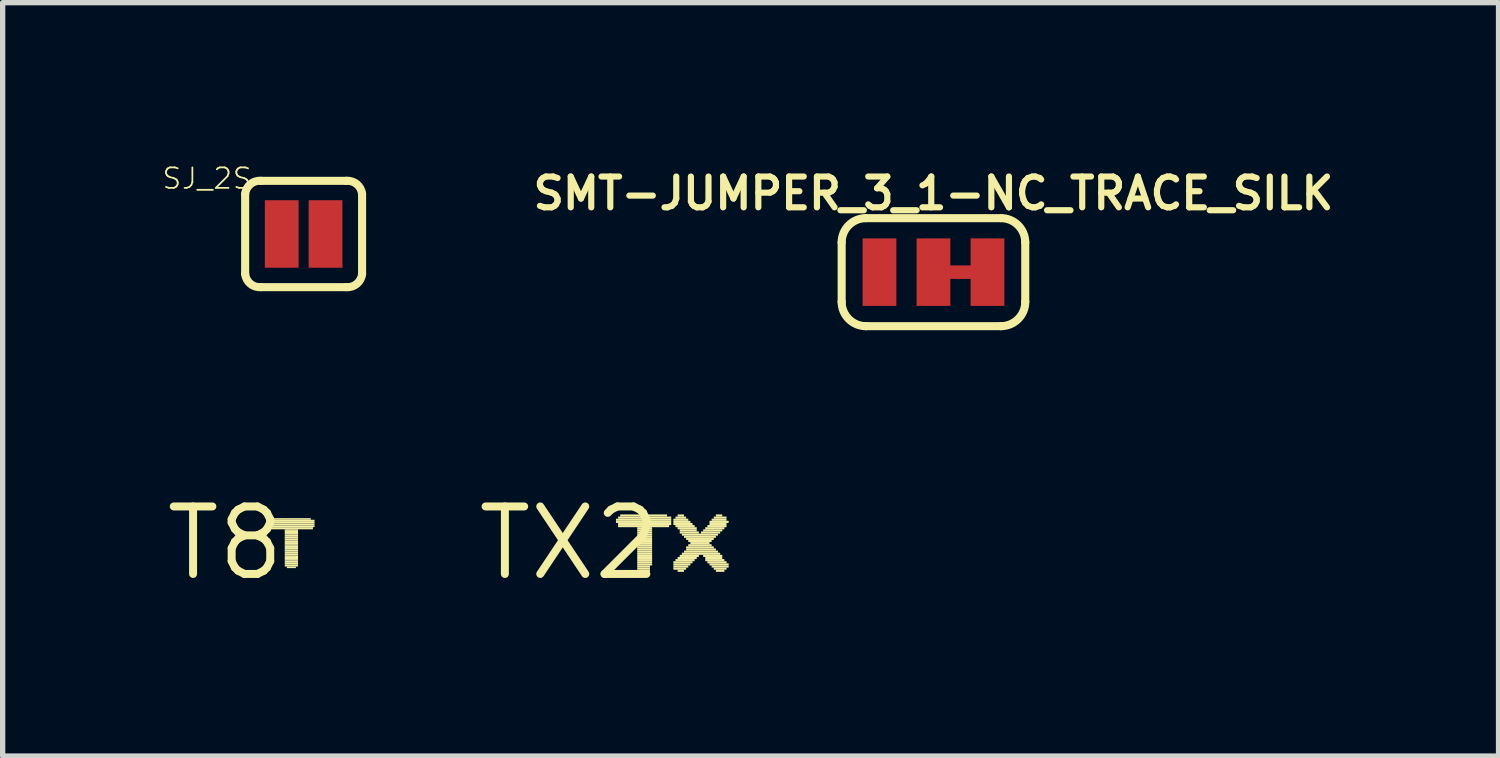
<source format=kicad_pcb>
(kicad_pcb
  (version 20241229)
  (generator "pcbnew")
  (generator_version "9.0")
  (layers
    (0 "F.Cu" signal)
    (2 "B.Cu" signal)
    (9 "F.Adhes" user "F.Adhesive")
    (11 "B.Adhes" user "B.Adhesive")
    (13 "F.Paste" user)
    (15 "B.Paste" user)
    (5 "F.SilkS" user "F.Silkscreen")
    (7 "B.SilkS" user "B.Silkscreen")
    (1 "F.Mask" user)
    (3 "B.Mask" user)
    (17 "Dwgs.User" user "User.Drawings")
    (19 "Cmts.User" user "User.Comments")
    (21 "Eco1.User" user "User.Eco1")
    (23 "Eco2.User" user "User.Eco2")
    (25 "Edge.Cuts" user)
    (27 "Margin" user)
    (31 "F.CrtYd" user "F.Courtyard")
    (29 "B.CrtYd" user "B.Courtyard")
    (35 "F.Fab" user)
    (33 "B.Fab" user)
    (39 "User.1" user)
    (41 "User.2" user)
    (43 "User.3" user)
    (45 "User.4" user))
  (footprint "TX2"
    (layer "F.Cu")
    (at 7.658 7.168)
    (property "Reference" "TX2" (at 0 0 0) (layer "F.SilkS") (effects (font (size 1.27 1.27) (thickness 0.15))))
    (attr through_hole)
    (fp_poly (pts (xy 0.88 -0.42) (xy 1.92 -0.42) (xy 1.92 -0.46) (xy 0.88 -0.46)) (stroke (width 0) (type solid)) (fill yes) (layer "F.SilkS"))
    (fp_poly (pts (xy 0.88 -0.38) (xy 1.92 -0.38) (xy 1.92 -0.42) (xy 0.88 -0.42)) (stroke (width 0) (type solid)) (fill yes) (layer "F.SilkS"))
    (fp_poly (pts (xy 0.92 -0.46) (xy 1.92 -0.46) (xy 1.92 -0.5) (xy 0.92 -0.5)) (stroke (width 0) (type solid)) (fill yes) (layer "F.SilkS"))
    (fp_poly (pts (xy 0.92 -0.34) (xy 1.92 -0.34) (xy 1.92 -0.38) (xy 0.92 -0.38)) (stroke (width 0) (type solid)) (fill yes) (layer "F.SilkS"))
    (fp_poly (pts (xy 0.92 -0.3) (xy 1.88 -0.3) (xy 1.88 -0.34) (xy 0.92 -0.34)) (stroke (width 0) (type solid)) (fill yes) (layer "F.SilkS"))
    (fp_poly (pts (xy 0.96 -0.5) (xy 1.84 -0.5) (xy 1.84 -0.54) (xy 0.96 -0.54)) (stroke (width 0) (type solid)) (fill yes) (layer "F.SilkS"))
    (fp_poly (pts (xy 1.28 -0.26) (xy 1.56 -0.26) (xy 1.56 -0.3) (xy 1.28 -0.3)) (stroke (width 0) (type solid)) (fill yes) (layer "F.SilkS"))
    (fp_poly (pts (xy 1.28 -0.22) (xy 1.56 -0.22) (xy 1.56 -0.26) (xy 1.28 -0.26)) (stroke (width 0) (type solid)) (fill yes) (layer "F.SilkS"))
    (fp_poly (pts (xy 1.28 -0.18) (xy 1.56 -0.18) (xy 1.56 -0.22) (xy 1.28 -0.22)) (stroke (width 0) (type solid)) (fill yes) (layer "F.SilkS"))
    (fp_poly (pts (xy 1.28 -0.14) (xy 1.56 -0.14) (xy 1.56 -0.18) (xy 1.28 -0.18)) (stroke (width 0) (type solid)) (fill yes) (layer "F.SilkS"))
    (fp_poly (pts (xy 1.28 -0.1) (xy 1.56 -0.1) (xy 1.56 -0.14) (xy 1.28 -0.14)) (stroke (width 0) (type solid)) (fill yes) (layer "F.SilkS"))
    (fp_poly (pts (xy 1.28 -0.06) (xy 1.56 -0.06) (xy 1.56 -0.1) (xy 1.28 -0.1)) (stroke (width 0) (type solid)) (fill yes) (layer "F.SilkS"))
    (fp_poly (pts (xy 1.28 -0.02) (xy 1.56 -0.02) (xy 1.56 -0.06) (xy 1.28 -0.06)) (stroke (width 0) (type solid)) (fill yes) (layer "F.SilkS"))
    (fp_poly (pts (xy 1.28 0.02) (xy 1.56 0.02) (xy 1.56 -0.02) (xy 1.28 -0.02)) (stroke (width 0) (type solid)) (fill yes) (layer "F.SilkS"))
    (fp_poly (pts (xy 1.28 0.06) (xy 1.56 0.06) (xy 1.56 0.02) (xy 1.28 0.02)) (stroke (width 0) (type solid)) (fill yes) (layer "F.SilkS"))
    (fp_poly (pts (xy 1.28 0.1) (xy 1.56 0.1) (xy 1.56 0.06) (xy 1.28 0.06)) (stroke (width 0) (type solid)) (fill yes) (layer "F.SilkS"))
    (fp_poly (pts (xy 1.28 0.14) (xy 1.56 0.14) (xy 1.56 0.1) (xy 1.28 0.1)) (stroke (width 0) (type solid)) (fill yes) (layer "F.SilkS"))
    (fp_poly (pts (xy 1.28 0.18) (xy 1.56 0.18) (xy 1.56 0.14) (xy 1.28 0.14)) (stroke (width 0) (type solid)) (fill yes) (layer "F.SilkS"))
    (fp_poly (pts (xy 1.28 0.22) (xy 1.56 0.22) (xy 1.56 0.18) (xy 1.28 0.18)) (stroke (width 0) (type solid)) (fill yes) (layer "F.SilkS"))
    (fp_poly (pts (xy 1.28 0.26) (xy 1.56 0.26) (xy 1.56 0.22) (xy 1.28 0.22)) (stroke (width 0) (type solid)) (fill yes) (layer "F.SilkS"))
    (fp_poly (pts (xy 1.28 0.3) (xy 1.56 0.3) (xy 1.56 0.26) (xy 1.28 0.26)) (stroke (width 0) (type solid)) (fill yes) (layer "F.SilkS"))
    (fp_poly (pts (xy 1.28 0.34) (xy 1.56 0.34) (xy 1.56 0.3) (xy 1.28 0.3)) (stroke (width 0) (type solid)) (fill yes) (layer "F.SilkS"))
    (fp_poly (pts (xy 1.28 0.38) (xy 1.56 0.38) (xy 1.56 0.34) (xy 1.28 0.34)) (stroke (width 0) (type solid)) (fill yes) (layer "F.SilkS"))
    (fp_poly (pts (xy 1.28 0.42) (xy 1.56 0.42) (xy 1.56 0.38) (xy 1.28 0.38)) (stroke (width 0) (type solid)) (fill yes) (layer "F.SilkS"))
    (fp_poly (pts (xy 1.28 0.46) (xy 1.52 0.46) (xy 1.52 0.42) (xy 1.28 0.42)) (stroke (width 0) (type solid)) (fill yes) (layer "F.SilkS"))
    (fp_poly (pts (xy 1.28 0.5) (xy 1.52 0.5) (xy 1.52 0.46) (xy 1.28 0.46)) (stroke (width 0) (type solid)) (fill yes) (layer "F.SilkS"))
    (fp_poly (pts (xy 1.32 0.54) (xy 1.52 0.54) (xy 1.52 0.5) (xy 1.32 0.5)) (stroke (width 0) (type solid)) (fill yes) (layer "F.SilkS"))
    (fp_poly (pts (xy 1.96 -0.42) (xy 2.24 -0.42) (xy 2.24 -0.46) (xy 1.96 -0.46)) (stroke (width 0) (type solid)) (fill yes) (layer "F.SilkS"))
    (fp_poly (pts (xy 1.96 -0.38) (xy 2.28 -0.38) (xy 2.28 -0.42) (xy 1.96 -0.42)) (stroke (width 0) (type solid)) (fill yes) (layer "F.SilkS"))
    (fp_poly (pts (xy 1.96 -0.34) (xy 2.32 -0.34) (xy 2.32 -0.38) (xy 1.96 -0.38)) (stroke (width 0) (type solid)) (fill yes) (layer "F.SilkS"))
    (fp_poly (pts (xy 1.96 0.38) (xy 2.32 0.38) (xy 2.32 0.34) (xy 1.96 0.34)) (stroke (width 0) (type solid)) (fill yes) (layer "F.SilkS"))
    (fp_poly (pts (xy 1.96 0.42) (xy 2.28 0.42) (xy 2.28 0.38) (xy 1.96 0.38)) (stroke (width 0) (type solid)) (fill yes) (layer "F.SilkS"))
    (fp_poly (pts (xy 1.96 0.46) (xy 2.24 0.46) (xy 2.24 0.42) (xy 1.96 0.42)) (stroke (width 0) (type solid)) (fill yes) (layer "F.SilkS"))
    (fp_poly (pts (xy 1.96 0.5) (xy 2.2 0.5) (xy 2.2 0.46) (xy 1.96 0.46)) (stroke (width 0) (type solid)) (fill yes) (layer "F.SilkS"))
    (fp_poly (pts (xy 2 -0.46) (xy 2.2 -0.46) (xy 2.2 -0.5) (xy 2 -0.5)) (stroke (width 0) (type solid)) (fill yes) (layer "F.SilkS"))
    (fp_poly (pts (xy 2 -0.3) (xy 2.36 -0.3) (xy 2.36 -0.34) (xy 2 -0.34)) (stroke (width 0) (type solid)) (fill yes) (layer "F.SilkS"))
    (fp_poly (pts (xy 2 0.34) (xy 2.36 0.34) (xy 2.36 0.3) (xy 2 0.3)) (stroke (width 0) (type solid)) (fill yes) (layer "F.SilkS"))
    (fp_poly (pts (xy 2.04 -0.5) (xy 2.16 -0.5) (xy 2.16 -0.54) (xy 2.04 -0.54)) (stroke (width 0) (type solid)) (fill yes) (layer "F.SilkS"))
    (fp_poly (pts (xy 2.04 -0.26) (xy 2.4 -0.26) (xy 2.4 -0.3) (xy 2.04 -0.3)) (stroke (width 0) (type solid)) (fill yes) (layer "F.SilkS"))
    (fp_poly (pts (xy 2.04 0.3) (xy 2.4 0.3) (xy 2.4 0.26) (xy 2.04 0.26)) (stroke (width 0) (type solid)) (fill yes) (layer "F.SilkS"))
    (fp_poly (pts (xy 2.04 0.54) (xy 2.16 0.54) (xy 2.16 0.5) (xy 2.04 0.5)) (stroke (width 0) (type solid)) (fill yes) (layer "F.SilkS"))
    (fp_poly (pts (xy 2.08 -0.22) (xy 2.4 -0.22) (xy 2.4 -0.26) (xy 2.08 -0.26)) (stroke (width 0) (type solid)) (fill yes) (layer "F.SilkS"))
    (fp_poly (pts (xy 2.08 -0.18) (xy 2.44 -0.18) (xy 2.44 -0.22) (xy 2.08 -0.22)) (stroke (width 0) (type solid)) (fill yes) (layer "F.SilkS"))
    (fp_poly (pts (xy 2.08 0.26) (xy 2.44 0.26) (xy 2.44 0.22) (xy 2.08 0.22)) (stroke (width 0) (type solid)) (fill yes) (layer "F.SilkS"))
    (fp_poly (pts (xy 2.12 -0.14) (xy 2.8 -0.14) (xy 2.8 -0.18) (xy 2.12 -0.18)) (stroke (width 0) (type solid)) (fill yes) (layer "F.SilkS"))
    (fp_poly (pts (xy 2.12 0.22) (xy 2.84 0.22) (xy 2.84 0.18) (xy 2.12 0.18)) (stroke (width 0) (type solid)) (fill yes) (layer "F.SilkS"))
    (fp_poly (pts (xy 2.16 -0.1) (xy 2.76 -0.1) (xy 2.76 -0.14) (xy 2.16 -0.14)) (stroke (width 0) (type solid)) (fill yes) (layer "F.SilkS"))
    (fp_poly (pts (xy 2.16 0.18) (xy 2.8 0.18) (xy 2.8 0.14) (xy 2.16 0.14)) (stroke (width 0) (type solid)) (fill yes) (layer "F.SilkS"))
    (fp_poly (pts (xy 2.2 -0.06) (xy 2.72 -0.06) (xy 2.72 -0.1) (xy 2.2 -0.1)) (stroke (width 0) (type solid)) (fill yes) (layer "F.SilkS"))
    (fp_poly (pts (xy 2.2 0.1) (xy 2.72 0.1) (xy 2.72 0.06) (xy 2.2 0.06)) (stroke (width 0) (type solid)) (fill yes) (layer "F.SilkS"))
    (fp_poly (pts (xy 2.2 0.14) (xy 2.76 0.14) (xy 2.76 0.1) (xy 2.2 0.1)) (stroke (width 0) (type solid)) (fill yes) (layer "F.SilkS"))
    (fp_poly (pts (xy 2.24 -0.02) (xy 2.68 -0.02) (xy 2.68 -0.06) (xy 2.24 -0.06)) (stroke (width 0) (type solid)) (fill yes) (layer "F.SilkS"))
    (fp_poly (pts (xy 2.24 0.06) (xy 2.68 0.06) (xy 2.68 0.02) (xy 2.24 0.02)) (stroke (width 0) (type solid)) (fill yes) (layer "F.SilkS"))
    (fp_poly (pts (xy 2.28 0.02) (xy 2.64 0.02) (xy 2.64 -0.02) (xy 2.28 -0.02)) (stroke (width 0) (type solid)) (fill yes) (layer "F.SilkS"))
    (fp_poly (pts (xy 2.48 -0.18) (xy 2.84 -0.18) (xy 2.84 -0.22) (xy 2.48 -0.22)) (stroke (width 0) (type solid)) (fill yes) (layer "F.SilkS"))
    (fp_poly (pts (xy 2.52 -0.22) (xy 2.88 -0.22) (xy 2.88 -0.26) (xy 2.52 -0.26)) (stroke (width 0) (type solid)) (fill yes) (layer "F.SilkS"))
    (fp_poly (pts (xy 2.52 0.26) (xy 2.88 0.26) (xy 2.88 0.22) (xy 2.52 0.22)) (stroke (width 0) (type solid)) (fill yes) (layer "F.SilkS"))
    (fp_poly (pts (xy 2.56 -0.26) (xy 2.92 -0.26) (xy 2.92 -0.3) (xy 2.56 -0.3)) (stroke (width 0) (type solid)) (fill yes) (layer "F.SilkS"))
    (fp_poly (pts (xy 2.56 0.3) (xy 2.88 0.3) (xy 2.88 0.26) (xy 2.56 0.26)) (stroke (width 0) (type solid)) (fill yes) (layer "F.SilkS"))
    (fp_poly (pts (xy 2.56 0.34) (xy 2.92 0.34) (xy 2.92 0.3) (xy 2.56 0.3)) (stroke (width 0) (type solid)) (fill yes) (layer "F.SilkS"))
    (fp_poly (pts (xy 2.6 -0.3) (xy 2.96 -0.3) (xy 2.96 -0.34) (xy 2.6 -0.34)) (stroke (width 0) (type solid)) (fill yes) (layer "F.SilkS"))
    (fp_poly (pts (xy 2.6 0.38) (xy 2.96 0.38) (xy 2.96 0.34) (xy 2.6 0.34)) (stroke (width 0) (type solid)) (fill yes) (layer "F.SilkS"))
    (fp_poly (pts (xy 2.64 -0.38) (xy 3 -0.38) (xy 3 -0.42) (xy 2.64 -0.42)) (stroke (width 0) (type solid)) (fill yes) (layer "F.SilkS"))
    (fp_poly (pts (xy 2.64 -0.34) (xy 2.96 -0.34) (xy 2.96 -0.38) (xy 2.64 -0.38)) (stroke (width 0) (type solid)) (fill yes) (layer "F.SilkS"))
    (fp_poly (pts (xy 2.64 0.42) (xy 3 0.42) (xy 3 0.38) (xy 2.64 0.38)) (stroke (width 0) (type solid)) (fill yes) (layer "F.SilkS"))
    (fp_poly (pts (xy 2.68 -0.42) (xy 2.96 -0.42) (xy 2.96 -0.46) (xy 2.68 -0.46)) (stroke (width 0) (type solid)) (fill yes) (layer "F.SilkS"))
    (fp_poly (pts (xy 2.68 0.46) (xy 3 0.46) (xy 3 0.42) (xy 2.68 0.42)) (stroke (width 0) (type solid)) (fill yes) (layer "F.SilkS"))
    (fp_poly (pts (xy 2.72 -0.46) (xy 2.96 -0.46) (xy 2.96 -0.5) (xy 2.72 -0.5)) (stroke (width 0) (type solid)) (fill yes) (layer "F.SilkS"))
    (fp_poly (pts (xy 2.72 0.5) (xy 2.96 0.5) (xy 2.96 0.46) (xy 2.72 0.46)) (stroke (width 0) (type solid)) (fill yes) (layer "F.SilkS"))
    (fp_poly (pts (xy 2.76 -0.5) (xy 2.88 -0.5) (xy 2.88 -0.54) (xy 2.76 -0.54)) (stroke (width 0) (type solid)) (fill yes) (layer "F.SilkS"))
    (fp_poly (pts (xy 2.76 0.54) (xy 2.92 0.54) (xy 2.92 0.5) (xy 2.76 0.5)) (stroke (width 0) (type solid)) (fill yes) (layer "F.SilkS")))
  (footprint "T8"
    (layer "F.Cu")
    (at 1.187 7.168)
    (property "Reference" "T8" (at 0 0 0) (layer "F.SilkS") (effects (font (size 1.27 1.27) (thickness 0.15))))
    (attr through_hole)
    (fp_poly (pts (xy 0.81 -0.4) (xy 1.68 -0.4) (xy 1.68 -0.44) (xy 0.81 -0.44)) (stroke (width 0) (type solid)) (fill yes) (layer "F.SilkS"))
    (fp_poly (pts (xy 0.81 -0.37) (xy 1.68 -0.37) (xy 1.68 -0.4) (xy 0.81 -0.4)) (stroke (width 0) (type solid)) (fill yes) (layer "F.SilkS"))
    (fp_poly (pts (xy 0.81 -0.33) (xy 1.68 -0.33) (xy 1.68 -0.37) (xy 0.81 -0.37)) (stroke (width 0) (type solid)) (fill yes) (layer "F.SilkS"))
    (fp_poly (pts (xy 0.81 -0.3) (xy 1.68 -0.3) (xy 1.68 -0.33) (xy 0.81 -0.33)) (stroke (width 0) (type solid)) (fill yes) (layer "F.SilkS"))
    (fp_poly (pts (xy 0.84 -0.26) (xy 1.65 -0.26) (xy 1.65 -0.3) (xy 0.84 -0.3)) (stroke (width 0) (type solid)) (fill yes) (layer "F.SilkS"))
    (fp_poly (pts (xy 0.88 -0.44) (xy 1.61 -0.44) (xy 1.61 -0.47) (xy 0.88 -0.47)) (stroke (width 0) (type solid)) (fill yes) (layer "F.SilkS"))
    (fp_poly (pts (xy 1.12 -0.23) (xy 1.37 -0.23) (xy 1.37 -0.26) (xy 1.12 -0.26)) (stroke (width 0) (type solid)) (fill yes) (layer "F.SilkS"))
    (fp_poly (pts (xy 1.12 -0.19) (xy 1.37 -0.19) (xy 1.37 -0.23) (xy 1.12 -0.23)) (stroke (width 0) (type solid)) (fill yes) (layer "F.SilkS"))
    (fp_poly (pts (xy 1.12 -0.16) (xy 1.37 -0.16) (xy 1.37 -0.19) (xy 1.12 -0.19)) (stroke (width 0) (type solid)) (fill yes) (layer "F.SilkS"))
    (fp_poly (pts (xy 1.12 -0.12) (xy 1.37 -0.12) (xy 1.37 -0.16) (xy 1.12 -0.16)) (stroke (width 0) (type solid)) (fill yes) (layer "F.SilkS"))
    (fp_poly (pts (xy 1.12 -0.09) (xy 1.37 -0.09) (xy 1.37 -0.12) (xy 1.12 -0.12)) (stroke (width 0) (type solid)) (fill yes) (layer "F.SilkS"))
    (fp_poly (pts (xy 1.12 -0.05) (xy 1.37 -0.05) (xy 1.37 -0.09) (xy 1.12 -0.09)) (stroke (width 0) (type solid)) (fill yes) (layer "F.SilkS"))
    (fp_poly (pts (xy 1.12 -0.02) (xy 1.37 -0.02) (xy 1.37 -0.05) (xy 1.12 -0.05)) (stroke (width 0) (type solid)) (fill yes) (layer "F.SilkS"))
    (fp_poly (pts (xy 1.12 0.02) (xy 1.37 0.02) (xy 1.37 -0.02) (xy 1.12 -0.02)) (stroke (width 0) (type solid)) (fill yes) (layer "F.SilkS"))
    (fp_poly (pts (xy 1.12 0.05) (xy 1.37 0.05) (xy 1.37 0.02) (xy 1.12 0.02)) (stroke (width 0) (type solid)) (fill yes) (layer "F.SilkS"))
    (fp_poly (pts (xy 1.12 0.09) (xy 1.37 0.09) (xy 1.37 0.05) (xy 1.12 0.05)) (stroke (width 0) (type solid)) (fill yes) (layer "F.SilkS"))
    (fp_poly (pts (xy 1.12 0.12) (xy 1.37 0.12) (xy 1.37 0.09) (xy 1.12 0.09)) (stroke (width 0) (type solid)) (fill yes) (layer "F.SilkS"))
    (fp_poly (pts (xy 1.12 0.16) (xy 1.37 0.16) (xy 1.37 0.12) (xy 1.12 0.12)) (stroke (width 0) (type solid)) (fill yes) (layer "F.SilkS"))
    (fp_poly (pts (xy 1.12 0.19) (xy 1.37 0.19) (xy 1.37 0.16) (xy 1.12 0.16)) (stroke (width 0) (type solid)) (fill yes) (layer "F.SilkS"))
    (fp_poly (pts (xy 1.12 0.23) (xy 1.37 0.23) (xy 1.37 0.19) (xy 1.12 0.19)) (stroke (width 0) (type solid)) (fill yes) (layer "F.SilkS"))
    (fp_poly (pts (xy 1.12 0.26) (xy 1.37 0.26) (xy 1.37 0.23) (xy 1.12 0.23)) (stroke (width 0) (type solid)) (fill yes) (layer "F.SilkS"))
    (fp_poly (pts (xy 1.12 0.3) (xy 1.37 0.3) (xy 1.37 0.26) (xy 1.12 0.26)) (stroke (width 0) (type solid)) (fill yes) (layer "F.SilkS"))
    (fp_poly (pts (xy 1.12 0.33) (xy 1.37 0.33) (xy 1.37 0.3) (xy 1.12 0.3)) (stroke (width 0) (type solid)) (fill yes) (layer "F.SilkS"))
    (fp_poly (pts (xy 1.12 0.37) (xy 1.37 0.37) (xy 1.37 0.33) (xy 1.12 0.33)) (stroke (width 0) (type solid)) (fill yes) (layer "F.SilkS"))
    (fp_poly (pts (xy 1.12 0.4) (xy 1.37 0.4) (xy 1.37 0.37) (xy 1.12 0.37)) (stroke (width 0) (type solid)) (fill yes) (layer "F.SilkS"))
    (fp_poly (pts (xy 1.12 0.44) (xy 1.37 0.44) (xy 1.37 0.4) (xy 1.12 0.4)) (stroke (width 0) (type solid)) (fill yes) (layer "F.SilkS"))
    (fp_poly (pts (xy 1.16 0.47) (xy 1.33 0.47) (xy 1.33 0.44) (xy 1.16 0.44)) (stroke (width 0) (type solid)) (fill yes) (layer "F.SilkS")))
  (footprint "SMT-JUMPER_3_1-NC_TRACE_SILK"
    (layer "F.Cu")
    (at 14.511 2.07)
    (property "Reference" "SMT-JUMPER_3_1-NC_TRACE_SILK" (at 0 -1.143 0) (layer "F.SilkS") (effects (font (size 0.579 0.579) (thickness 0.116)) (justify bottom)))
    (attr through_hole)
    (fp_line (start 0 0) (end 1.016 0) (stroke (width 0.254) (type solid)) (layer "F.Cu"))
    (fp_poly (pts (xy 0.318 -0.127) (xy 0.699 -0.127) (xy 0.699 0.127) (xy 0.318 0.127)) (stroke (width 0) (type solid)) (fill yes) (layer "F.Mask"))
    (fp_line (start -1.727 0.559) (end -1.727 -0.559) (stroke (width 0.152) (type solid)) (layer "F.SilkS"))
    (fp_line (start -1.27 -1.016) (end 1.27 -1.016) (stroke (width 0.152) (type solid)) (layer "F.SilkS"))
    (fp_line (start 1.27 1.016) (end -1.27 1.016) (stroke (width 0.152) (type solid)) (layer "F.SilkS"))
    (fp_line (start 1.727 0.559) (end 1.727 -0.559) (stroke (width 0.152) (type solid)) (layer "F.SilkS"))
    (fp_arc (start -1.7272 -0.5588) (mid -1.593289 -0.882089) (end -1.27 -1.016) (stroke (width 0.1524) (type solid)) (layer "F.SilkS"))
    (fp_arc (start -1.27 1.016) (mid -1.593289 0.882089) (end -1.7272 0.5588) (stroke (width 0.1524) (type solid)) (layer "F.SilkS"))
    (fp_arc (start 1.27 -1.016) (mid 1.593289 -0.882089) (end 1.7272 -0.5588) (stroke (width 0.1524) (type solid)) (layer "F.SilkS"))
    (fp_arc (start 1.7272 0.5588) (mid 1.593289 0.882089) (end 1.27 1.016) (stroke (width 0.1524) (type solid)) (layer "F.SilkS"))
    (pad "1" smd rect (at -1.016 0) (size 0.635 1.27) (layers "F.Cu" "F.Mask"))
    (pad "2" smd rect (at 0 0) (size 0.635 1.27) (layers "F.Cu" "F.Mask"))
    (pad "3" smd rect (at 1.016 0) (size 0.635 1.27) (layers "F.Cu" "F.Mask")))
  (footprint "SJ_2S"
    (layer "F.Cu")
    (at 2.662 1.352)
    (property "Reference" "SJ_2S" (at -0.95 -1.27 0) (layer "F.SilkS") (effects (font (size 0.386 0.386) (thickness 0.033)) (justify right top)))
    (attr through_hole)
    (fp_line (start -1.1 0.75) (end -1.1 -0.75) (stroke (width 0.152) (type solid)) (layer "F.SilkS"))
    (fp_line (start -0.8 -1) (end 0.8 -1) (stroke (width 0.152) (type solid)) (layer "F.SilkS"))
    (fp_line (start 0.8 1) (end -0.8 1) (stroke (width 0.152) (type solid)) (layer "F.SilkS"))
    (fp_line (start 1.1 0.75) (end 1.1 -0.75) (stroke (width 0.152) (type solid)) (layer "F.SilkS"))
    (fp_arc (start -1.1 -0.75) (mid -1.001777 -0.937132) (end -0.8 -1) (stroke (width 0.1524) (type solid)) (layer "F.SilkS"))
    (fp_arc (start -0.799998 1) (mid -1.001849 0.93722) (end -1.1 0.75) (stroke (width 0.1524) (type solid)) (layer "F.SilkS"))
    (fp_arc (start 0.8 -1) (mid 1.001777 -0.937132) (end 1.1 -0.75) (stroke (width 0.1524) (type solid)) (layer "F.SilkS"))
    (fp_arc (start 1.1 0.75) (mid 1.001777 0.937132) (end 0.8 1) (stroke (width 0.1524) (type solid)) (layer "F.SilkS"))
    (fp_poly (pts (xy -1.219 1.143) (xy 1.219 1.143) (xy 1.219 -1.143) (xy -1.219 -1.143)) (stroke (width 0) (type solid)) (fill yes) (layer "F.Paste"))
    (pad "1" smd rect (at -0.412 0) (size 0.635 1.27) (layers "F.Cu" "F.Mask" "F.Paste"))
    (pad "2" smd rect (at 0.412 0) (size 0.635 1.27) (layers "F.Cu" "F.Mask" "F.Paste")))
  (gr_rect
    (start -3 -3)
    (end 25.142 11.174)
    (stroke (width 0.1) (type default))
    (fill no)
    (layer "Edge.Cuts")))
</source>
